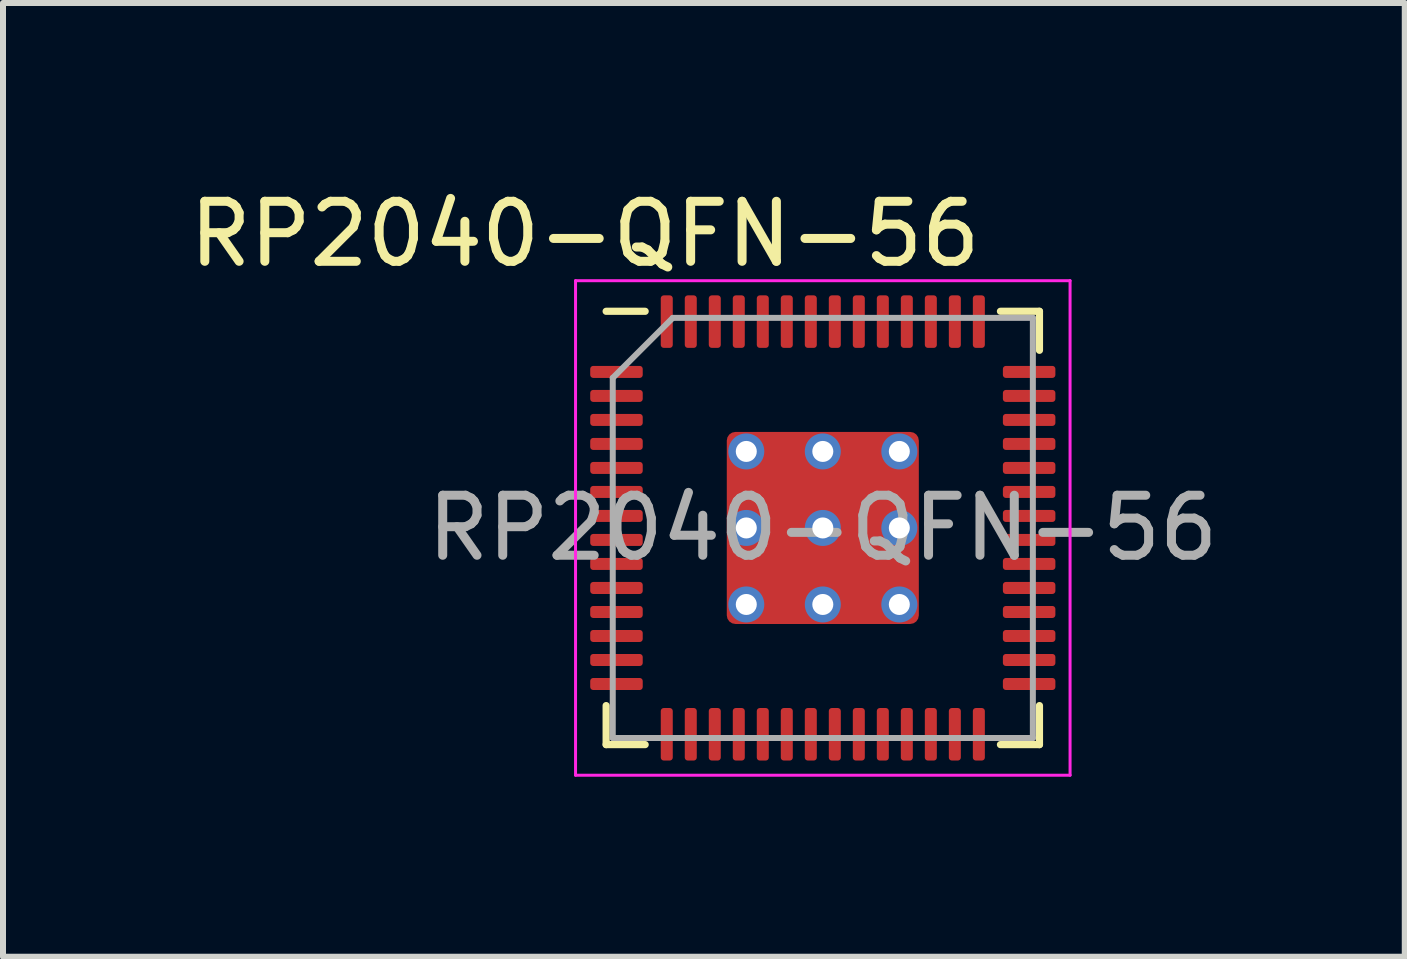
<source format=kicad_pcb>
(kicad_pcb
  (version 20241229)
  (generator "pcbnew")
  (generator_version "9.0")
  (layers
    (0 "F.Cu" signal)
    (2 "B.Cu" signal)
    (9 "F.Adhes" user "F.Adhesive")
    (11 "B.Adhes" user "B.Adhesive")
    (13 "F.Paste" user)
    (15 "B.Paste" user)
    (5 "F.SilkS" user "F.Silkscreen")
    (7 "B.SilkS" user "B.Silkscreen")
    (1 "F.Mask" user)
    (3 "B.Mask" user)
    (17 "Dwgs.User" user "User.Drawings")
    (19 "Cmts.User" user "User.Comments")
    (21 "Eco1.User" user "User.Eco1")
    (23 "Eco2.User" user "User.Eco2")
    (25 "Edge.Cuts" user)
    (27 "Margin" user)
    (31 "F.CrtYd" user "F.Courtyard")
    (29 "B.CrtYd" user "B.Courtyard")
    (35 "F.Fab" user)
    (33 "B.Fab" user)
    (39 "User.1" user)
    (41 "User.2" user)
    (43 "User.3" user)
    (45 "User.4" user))
  (footprint "RP2040-QFN-56"
    (layer "F.Cu")
    (at 10.66 5.747)
    (property "Reference" "RP2040-QFN-56" (at -3.964 -4.898 0) (layer "F.SilkS") (effects (font (size 1 1) (thickness 0.15))))
    (attr smd)
    (fp_line (start -3.61 3.61) (end -3.61 2.96) (stroke (width 0.12) (type solid)) (layer "F.SilkS"))
    (fp_line (start -2.96 -3.61) (end -3.61 -3.61) (stroke (width 0.12) (type solid)) (layer "F.SilkS"))
    (fp_line (start -2.96 3.61) (end -3.61 3.61) (stroke (width 0.12) (type solid)) (layer "F.SilkS"))
    (fp_line (start 2.96 -3.61) (end 3.61 -3.61) (stroke (width 0.12) (type solid)) (layer "F.SilkS"))
    (fp_line (start 2.96 3.61) (end 3.61 3.61) (stroke (width 0.12) (type solid)) (layer "F.SilkS"))
    (fp_line (start 3.61 -3.61) (end 3.61 -2.96) (stroke (width 0.12) (type solid)) (layer "F.SilkS"))
    (fp_line (start 3.61 3.61) (end 3.61 2.96) (stroke (width 0.12) (type solid)) (layer "F.SilkS"))
    (fp_line (start -4.12 -4.12) (end -4.12 4.12) (stroke (width 0.05) (type solid)) (layer "F.CrtYd"))
    (fp_line (start -4.12 4.12) (end 4.12 4.12) (stroke (width 0.05) (type solid)) (layer "F.CrtYd"))
    (fp_line (start 4.12 -4.12) (end -4.12 -4.12) (stroke (width 0.05) (type solid)) (layer "F.CrtYd"))
    (fp_line (start 4.12 4.12) (end 4.12 -4.12) (stroke (width 0.05) (type solid)) (layer "F.CrtYd"))
    (fp_line (start -3.5 -2.5) (end -2.5 -3.5) (stroke (width 0.1) (type solid)) (layer "F.Fab"))
    (fp_line (start -3.5 3.5) (end -3.5 -2.5) (stroke (width 0.1) (type solid)) (layer "F.Fab"))
    (fp_line (start -2.5 -3.5) (end 3.5 -3.5) (stroke (width 0.1) (type solid)) (layer "F.Fab"))
    (fp_line (start 3.5 -3.5) (end 3.5 3.5) (stroke (width 0.1) (type solid)) (layer "F.Fab"))
    (fp_line (start 3.5 3.5) (end -3.5 3.5) (stroke (width 0.1) (type solid)) (layer "F.Fab"))
    (fp_text user "${REFERENCE}" (at 0 0 0) (layer "F.Fab") (effects (font (size 1 1) (thickness 0.15))))
    (pad "" smd roundrect (at -0.637 -0.637) (size 1.084 1.084) (layers "F.Paste") (roundrect_rratio 0.231))
    (pad "" smd roundrect (at -0.637 0.637) (size 1.084 1.084) (layers "F.Paste") (roundrect_rratio 0.231))
    (pad "" smd roundrect (at 0.637 -0.637) (size 1.084 1.084) (layers "F.Paste") (roundrect_rratio 0.231))
    (pad "" smd roundrect (at 0.637 0.637) (size 1.084 1.084) (layers "F.Paste") (roundrect_rratio 0.231))
    (pad "1" smd roundrect (at -3.438 -2.6) (size 0.875 0.2) (layers "F.Cu" "F.Mask" "F.Paste") (roundrect_rratio 0.25))
    (pad "2" smd roundrect (at -3.438 -2.2) (size 0.875 0.2) (layers "F.Cu" "F.Mask" "F.Paste") (roundrect_rratio 0.25))
    (pad "3" smd roundrect (at -3.438 -1.8) (size 0.875 0.2) (layers "F.Cu" "F.Mask" "F.Paste") (roundrect_rratio 0.25))
    (pad "4" smd roundrect (at -3.438 -1.4) (size 0.875 0.2) (layers "F.Cu" "F.Mask" "F.Paste") (roundrect_rratio 0.25))
    (pad "5" smd roundrect (at -3.438 -1) (size 0.875 0.2) (layers "F.Cu" "F.Mask" "F.Paste") (roundrect_rratio 0.25))
    (pad "6" smd roundrect (at -3.438 -0.6) (size 0.875 0.2) (layers "F.Cu" "F.Mask" "F.Paste") (roundrect_rratio 0.25))
    (pad "7" smd roundrect (at -3.438 -0.2) (size 0.875 0.2) (layers "F.Cu" "F.Mask" "F.Paste") (roundrect_rratio 0.25))
    (pad "8" smd roundrect (at -3.438 0.2) (size 0.875 0.2) (layers "F.Cu" "F.Mask" "F.Paste") (roundrect_rratio 0.25))
    (pad "9" smd roundrect (at -3.438 0.6) (size 0.875 0.2) (layers "F.Cu" "F.Mask" "F.Paste") (roundrect_rratio 0.25))
    (pad "10" smd roundrect (at -3.438 1) (size 0.875 0.2) (layers "F.Cu" "F.Mask" "F.Paste") (roundrect_rratio 0.25))
    (pad "11" smd roundrect (at -3.438 1.4) (size 0.875 0.2) (layers "F.Cu" "F.Mask" "F.Paste") (roundrect_rratio 0.25))
    (pad "12" smd roundrect (at -3.438 1.8) (size 0.875 0.2) (layers "F.Cu" "F.Mask" "F.Paste") (roundrect_rratio 0.25))
    (pad "13" smd roundrect (at -3.438 2.2) (size 0.875 0.2) (layers "F.Cu" "F.Mask" "F.Paste") (roundrect_rratio 0.25))
    (pad "14" smd roundrect (at -3.438 2.6) (size 0.875 0.2) (layers "F.Cu" "F.Mask" "F.Paste") (roundrect_rratio 0.25))
    (pad "15" smd roundrect (at -2.6 3.438) (size 0.2 0.875) (layers "F.Cu" "F.Mask" "F.Paste") (roundrect_rratio 0.25))
    (pad "16" smd roundrect (at -2.2 3.438) (size 0.2 0.875) (layers "F.Cu" "F.Mask" "F.Paste") (roundrect_rratio 0.25))
    (pad "17" smd roundrect (at -1.8 3.438) (size 0.2 0.875) (layers "F.Cu" "F.Mask" "F.Paste") (roundrect_rratio 0.25))
    (pad "18" smd roundrect (at -1.4 3.438) (size 0.2 0.875) (layers "F.Cu" "F.Mask" "F.Paste") (roundrect_rratio 0.25))
    (pad "19" smd roundrect (at -1 3.438) (size 0.2 0.875) (layers "F.Cu" "F.Mask" "F.Paste") (roundrect_rratio 0.25))
    (pad "20" smd roundrect (at -0.6 3.438) (size 0.2 0.875) (layers "F.Cu" "F.Mask" "F.Paste") (roundrect_rratio 0.25))
    (pad "21" smd roundrect (at -0.2 3.438) (size 0.2 0.875) (layers "F.Cu" "F.Mask" "F.Paste") (roundrect_rratio 0.25))
    (pad "22" smd roundrect (at 0.2 3.438) (size 0.2 0.875) (layers "F.Cu" "F.Mask" "F.Paste") (roundrect_rratio 0.25))
    (pad "23" smd roundrect (at 0.6 3.438) (size 0.2 0.875) (layers "F.Cu" "F.Mask" "F.Paste") (roundrect_rratio 0.25))
    (pad "24" smd roundrect (at 1 3.438) (size 0.2 0.875) (layers "F.Cu" "F.Mask" "F.Paste") (roundrect_rratio 0.25))
    (pad "25" smd roundrect (at 1.4 3.438) (size 0.2 0.875) (layers "F.Cu" "F.Mask" "F.Paste") (roundrect_rratio 0.25))
    (pad "26" smd roundrect (at 1.8 3.438) (size 0.2 0.875) (layers "F.Cu" "F.Mask" "F.Paste") (roundrect_rratio 0.25))
    (pad "27" smd roundrect (at 2.2 3.438) (size 0.2 0.875) (layers "F.Cu" "F.Mask" "F.Paste") (roundrect_rratio 0.25))
    (pad "28" smd roundrect (at 2.6 3.438) (size 0.2 0.875) (layers "F.Cu" "F.Mask" "F.Paste") (roundrect_rratio 0.25))
    (pad "29" smd roundrect (at 3.438 2.6) (size 0.875 0.2) (layers "F.Cu" "F.Mask" "F.Paste") (roundrect_rratio 0.25))
    (pad "30" smd roundrect (at 3.438 2.2) (size 0.875 0.2) (layers "F.Cu" "F.Mask" "F.Paste") (roundrect_rratio 0.25))
    (pad "31" smd roundrect (at 3.438 1.8) (size 0.875 0.2) (layers "F.Cu" "F.Mask" "F.Paste") (roundrect_rratio 0.25))
    (pad "32" smd roundrect (at 3.438 1.4) (size 0.875 0.2) (layers "F.Cu" "F.Mask" "F.Paste") (roundrect_rratio 0.25))
    (pad "33" smd roundrect (at 3.438 1) (size 0.875 0.2) (layers "F.Cu" "F.Mask" "F.Paste") (roundrect_rratio 0.25))
    (pad "34" smd roundrect (at 3.438 0.6) (size 0.875 0.2) (layers "F.Cu" "F.Mask" "F.Paste") (roundrect_rratio 0.25))
    (pad "35" smd roundrect (at 3.438 0.2) (size 0.875 0.2) (layers "F.Cu" "F.Mask" "F.Paste") (roundrect_rratio 0.25))
    (pad "36" smd roundrect (at 3.438 -0.2) (size 0.875 0.2) (layers "F.Cu" "F.Mask" "F.Paste") (roundrect_rratio 0.25))
    (pad "37" smd roundrect (at 3.438 -0.6) (size 0.875 0.2) (layers "F.Cu" "F.Mask" "F.Paste") (roundrect_rratio 0.25))
    (pad "38" smd roundrect (at 3.438 -1) (size 0.875 0.2) (layers "F.Cu" "F.Mask" "F.Paste") (roundrect_rratio 0.25))
    (pad "39" smd roundrect (at 3.438 -1.4) (size 0.875 0.2) (layers "F.Cu" "F.Mask" "F.Paste") (roundrect_rratio 0.25))
    (pad "40" smd roundrect (at 3.438 -1.8) (size 0.875 0.2) (layers "F.Cu" "F.Mask" "F.Paste") (roundrect_rratio 0.25))
    (pad "41" smd roundrect (at 3.438 -2.2) (size 0.875 0.2) (layers "F.Cu" "F.Mask" "F.Paste") (roundrect_rratio 0.25))
    (pad "42" smd roundrect (at 3.438 -2.6) (size 0.875 0.2) (layers "F.Cu" "F.Mask" "F.Paste") (roundrect_rratio 0.25))
    (pad "43" smd roundrect (at 2.6 -3.438) (size 0.2 0.875) (layers "F.Cu" "F.Mask" "F.Paste") (roundrect_rratio 0.25))
    (pad "44" smd roundrect (at 2.2 -3.438) (size 0.2 0.875) (layers "F.Cu" "F.Mask" "F.Paste") (roundrect_rratio 0.25))
    (pad "45" smd roundrect (at 1.8 -3.438) (size 0.2 0.875) (layers "F.Cu" "F.Mask" "F.Paste") (roundrect_rratio 0.25))
    (pad "46" smd roundrect (at 1.4 -3.438) (size 0.2 0.875) (layers "F.Cu" "F.Mask" "F.Paste") (roundrect_rratio 0.25))
    (pad "47" smd roundrect (at 1 -3.438) (size 0.2 0.875) (layers "F.Cu" "F.Mask" "F.Paste") (roundrect_rratio 0.25))
    (pad "48" smd roundrect (at 0.6 -3.438) (size 0.2 0.875) (layers "F.Cu" "F.Mask" "F.Paste") (roundrect_rratio 0.25))
    (pad "49" smd roundrect (at 0.2 -3.438) (size 0.2 0.875) (layers "F.Cu" "F.Mask" "F.Paste") (roundrect_rratio 0.25))
    (pad "50" smd roundrect (at -0.2 -3.438) (size 0.2 0.875) (layers "F.Cu" "F.Mask" "F.Paste") (roundrect_rratio 0.25))
    (pad "51" smd roundrect (at -0.6 -3.438) (size 0.2 0.875) (layers "F.Cu" "F.Mask" "F.Paste") (roundrect_rratio 0.25))
    (pad "52" smd roundrect (at -1 -3.438) (size 0.2 0.875) (layers "F.Cu" "F.Mask" "F.Paste") (roundrect_rratio 0.25))
    (pad "53" smd roundrect (at -1.4 -3.438) (size 0.2 0.875) (layers "F.Cu" "F.Mask" "F.Paste") (roundrect_rratio 0.25))
    (pad "54" smd roundrect (at -1.8 -3.438) (size 0.2 0.875) (layers "F.Cu" "F.Mask" "F.Paste") (roundrect_rratio 0.25))
    (pad "55" smd roundrect (at -2.2 -3.438) (size 0.2 0.875) (layers "F.Cu" "F.Mask" "F.Paste") (roundrect_rratio 0.25))
    (pad "56" smd roundrect (at -2.6 -3.438) (size 0.2 0.875) (layers "F.Cu" "F.Mask" "F.Paste") (roundrect_rratio 0.25))
    (pad "57" thru_hole circle (at -1.275 -1.275) (size 0.6 0.6) (drill 0.35) (layers "*.Cu"))
    (pad "57" thru_hole circle (at -1.275 0) (size 0.6 0.6) (drill 0.35) (layers "*.Cu"))
    (pad "57" thru_hole circle (at -1.275 1.275) (size 0.6 0.6) (drill 0.35) (layers "*.Cu"))
    (pad "57" thru_hole circle (at 0 -1.275) (size 0.6 0.6) (drill 0.35) (layers "*.Cu"))
    (pad "57" thru_hole circle (at 0 0) (size 0.6 0.6) (drill 0.35) (layers "*.Cu"))
    (pad "57" smd roundrect (at 0 0) (size 3.2 3.2) (layers "F.Cu" "F.Mask") (roundrect_rratio 0.045))
    (pad "57" thru_hole circle (at 0 1.275) (size 0.6 0.6) (drill 0.35) (layers "*.Cu"))
    (pad "57" thru_hole circle (at 1.275 -1.275) (size 0.6 0.6) (drill 0.35) (layers "*.Cu"))
    (pad "57" thru_hole circle (at 1.275 0) (size 0.6 0.6) (drill 0.35) (layers "*.Cu"))
    (pad "57" thru_hole circle (at 1.275 1.275) (size 0.6 0.6) (drill 0.35) (layers "*.Cu")))
  (gr_rect
    (start -3 -3)
    (end 20.357 12.892)
    (stroke (width 0.1) (type default))
    (fill no)
    (layer "Edge.Cuts")))
</source>
